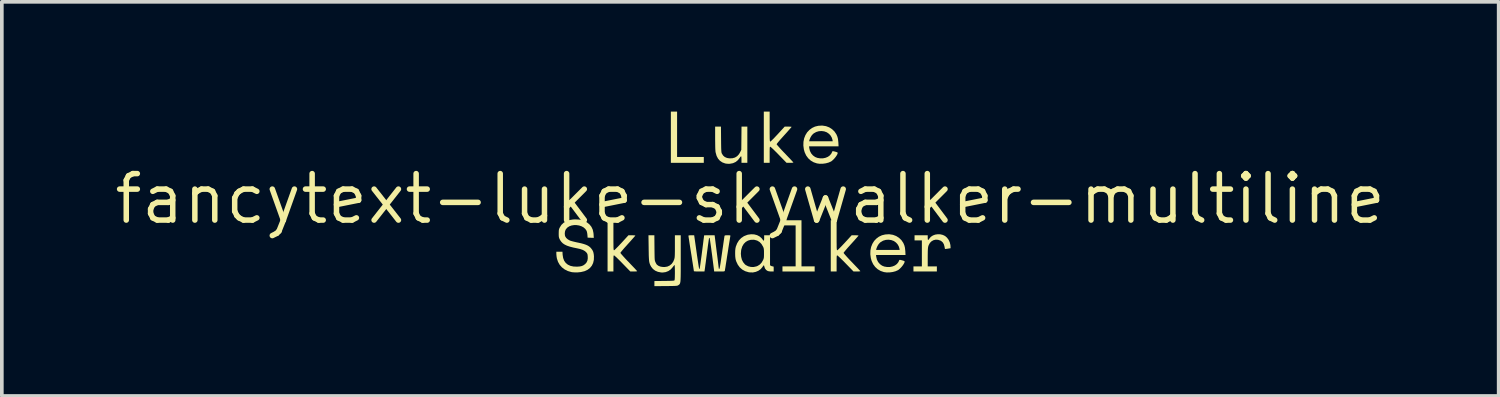
<source format=kicad_pcb>
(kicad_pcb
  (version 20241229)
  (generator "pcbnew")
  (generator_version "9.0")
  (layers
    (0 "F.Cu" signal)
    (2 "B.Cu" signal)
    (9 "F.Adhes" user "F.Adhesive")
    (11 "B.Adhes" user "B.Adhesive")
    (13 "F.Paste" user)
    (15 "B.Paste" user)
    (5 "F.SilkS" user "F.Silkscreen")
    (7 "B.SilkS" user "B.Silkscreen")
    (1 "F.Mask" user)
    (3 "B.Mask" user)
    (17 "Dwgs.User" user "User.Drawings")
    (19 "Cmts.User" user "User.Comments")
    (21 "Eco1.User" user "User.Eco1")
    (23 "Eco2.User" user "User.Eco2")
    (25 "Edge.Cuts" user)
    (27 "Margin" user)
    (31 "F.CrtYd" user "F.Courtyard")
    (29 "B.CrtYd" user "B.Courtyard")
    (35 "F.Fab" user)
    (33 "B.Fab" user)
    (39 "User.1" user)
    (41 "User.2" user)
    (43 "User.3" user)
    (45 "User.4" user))
  (footprint "fancytext-luke-skywalker-multiline"
    (layer "F.Cu")
    (at 17.455 2.385)
    (property "Reference" "fancytext-luke-skywalker-multiline" (at 0 0 0) (layer "F.SilkS") (effects (font (size 1.27 1.27) (thickness 0.15))))
    (attr board_only exclude_from_pos_files exclude_from_bom)
    (fp_poly (pts (xy -2.17 -1.685) (xy -2.17 -2.385) (xy -2.085 -2.385) (xy -2 -2.385) (xy -2 -1.765) (xy -2 -1.145) (xy -1.635 -1.145) (xy -1.27 -1.145) (xy -1.27 -1.065) (xy -1.27 -0.985) (xy -1.72 -0.985) (xy -2.17 -0.985) (xy -2.17 -1.685)) (stroke (width 0) (type solid)) (fill yes) (layer "F.SilkS"))
    (fp_poly (pts (xy 0.88 1.915) (xy 0.88 1.845) (xy 1.06 1.845) (xy 1.24 1.845) (xy 1.24 1.285) (xy 1.24 0.725) (xy 1.07 0.725) (xy 0.9 0.725) (xy 0.9 0.655) (xy 0.9 0.585) (xy 1.15 0.585) (xy 1.4 0.585) (xy 1.4 1.215) (xy 1.4 1.845) (xy 1.58 1.845) (xy 1.76 1.845) (xy 1.76 1.915) (xy 1.76 1.985) (xy 1.32 1.985) (xy 0.88 1.985) (xy 0.88 1.915)) (stroke (width 0) (type solid)) (fill yes) (layer "F.SilkS"))
    (fp_poly (pts (xy -0.686 -0.968) (xy -0.764 -0.997) (xy -0.829 -1.041) (xy -0.881 -1.1) (xy -0.92 -1.174) (xy -0.945 -1.263) (xy -0.95 -1.287) (xy -0.952 -1.313) (xy -0.955 -1.356) (xy -0.957 -1.412) (xy -0.958 -1.48) (xy -0.959 -1.555) (xy -0.96 -1.634) (xy -0.96 -1.663) (xy -0.96 -1.975) (xy -0.881 -1.975) (xy -0.801 -1.975) (xy -0.798 -1.627) (xy -0.797 -1.533) (xy -0.796 -1.457) (xy -0.795 -1.396) (xy -0.793 -1.349) (xy -0.791 -1.313) (xy -0.789 -1.287) (xy -0.786 -1.267) (xy -0.782 -1.252) (xy -0.777 -1.24) (xy -0.743 -1.185) (xy -0.696 -1.144) (xy -0.636 -1.118) (xy -0.569 -1.107) (xy -0.489 -1.11) (xy -0.419 -1.129) (xy -0.359 -1.166) (xy -0.309 -1.22) (xy -0.278 -1.273) (xy -0.245 -1.34) (xy -0.242 -1.657) (xy -0.239 -1.975) (xy -0.159 -1.975) (xy -0.08 -1.975) (xy -0.08 -1.48) (xy -0.08 -0.985) (xy -0.16 -0.985) (xy -0.24 -0.985) (xy -0.24 -1.075) (xy -0.241 -1.117) (xy -0.244 -1.148) (xy -0.248 -1.164) (xy -0.25 -1.165) (xy -0.261 -1.157) (xy -0.277 -1.138) (xy -0.285 -1.126) (xy -0.338 -1.058) (xy -0.4 -1.008) (xy -0.472 -0.975) (xy -0.554 -0.96) (xy -0.563 -0.959) (xy -0.611 -0.959) (xy -0.658 -0.963) (xy -0.686 -0.968)) (stroke (width 0) (type solid)) (fill yes) (layer "F.SilkS"))
    (fp_poly (pts (xy 4.46 1.915) (xy 4.46 1.845) (xy 4.575 1.845) (xy 4.69 1.845) (xy 4.69 1.49) (xy 4.69 1.135) (xy 4.59 1.135) (xy 4.49 1.135) (xy 4.49 1.065) (xy 4.49 0.995) (xy 4.67 0.995) (xy 4.85 0.995) (xy 4.85 1.06) (xy 4.851 1.093) (xy 4.855 1.117) (xy 4.86 1.125) (xy 4.871 1.117) (xy 4.887 1.098) (xy 4.895 1.085) (xy 4.936 1.037) (xy 4.991 1.001) (xy 5.054 0.977) (xy 5.124 0.967) (xy 5.195 0.969) (xy 5.264 0.986) (xy 5.324 1.015) (xy 5.376 1.06) (xy 5.42 1.118) (xy 5.452 1.187) (xy 5.47 1.262) (xy 5.472 1.292) (xy 5.475 1.349) (xy 5.4 1.361) (xy 5.364 1.366) (xy 5.336 1.369) (xy 5.323 1.37) (xy 5.322 1.37) (xy 5.319 1.36) (xy 5.314 1.335) (xy 5.31 1.31) (xy 5.292 1.243) (xy 5.262 1.191) (xy 5.218 1.152) (xy 5.198 1.141) (xy 5.134 1.119) (xy 5.07 1.115) (xy 5.009 1.129) (xy 4.955 1.159) (xy 4.91 1.204) (xy 4.877 1.263) (xy 4.866 1.294) (xy 4.861 1.317) (xy 4.857 1.345) (xy 4.854 1.381) (xy 4.852 1.428) (xy 4.851 1.488) (xy 4.85 1.564) (xy 4.85 1.598) (xy 4.85 1.845) (xy 4.975 1.845) (xy 5.1 1.845) (xy 5.1 1.915) (xy 5.1 1.985) (xy 4.78 1.985) (xy 4.46 1.985) (xy 4.46 1.915)) (stroke (width 0) (type solid)) (fill yes) (layer "F.SilkS"))
    (fp_poly (pts (xy -3.9 1.285) (xy -3.9 0.585) (xy -3.82 0.585) (xy -3.74 0.585) (xy -3.74 0.995) (xy -3.74 1.096) (xy -3.74 1.18) (xy -3.739 1.247) (xy -3.739 1.299) (xy -3.738 1.338) (xy -3.736 1.366) (xy -3.734 1.385) (xy -3.731 1.397) (xy -3.728 1.403) (xy -3.724 1.405) (xy -3.723 1.405) (xy -3.711 1.398) (xy -3.688 1.377) (xy -3.656 1.345) (xy -3.615 1.304) (xy -3.568 1.254) (xy -3.517 1.2) (xy -3.329 0.995) (xy -3.235 0.995) (xy -3.194 0.996) (xy -3.162 0.998) (xy -3.143 1.001) (xy -3.14 1.002) (xy -3.147 1.012) (xy -3.165 1.033) (xy -3.194 1.066) (xy -3.231 1.108) (xy -3.275 1.158) (xy -3.324 1.212) (xy -3.345 1.235) (xy -3.396 1.292) (xy -3.443 1.344) (xy -3.483 1.391) (xy -3.515 1.429) (xy -3.537 1.457) (xy -3.549 1.474) (xy -3.55 1.476) (xy -3.543 1.487) (xy -3.524 1.511) (xy -3.494 1.545) (xy -3.456 1.588) (xy -3.41 1.638) (xy -3.358 1.693) (xy -3.322 1.729) (xy -3.268 1.787) (xy -3.217 1.84) (xy -3.173 1.886) (xy -3.137 1.925) (xy -3.11 1.954) (xy -3.095 1.971) (xy -3.092 1.976) (xy -3.099 1.98) (xy -3.124 1.983) (xy -3.161 1.985) (xy -3.183 1.985) (xy -3.278 1.985) (xy -3.492 1.765) (xy -3.545 1.71) (xy -3.595 1.661) (xy -3.639 1.617) (xy -3.676 1.583) (xy -3.703 1.559) (xy -3.72 1.546) (xy -3.723 1.545) (xy -3.728 1.546) (xy -3.733 1.552) (xy -3.736 1.564) (xy -3.738 1.586) (xy -3.739 1.619) (xy -3.74 1.666) (xy -3.74 1.729) (xy -3.74 1.765) (xy -3.74 1.985) (xy -3.82 1.985) (xy -3.9 1.985) (xy -3.9 1.285)) (stroke (width 0) (type solid)) (fill yes) (layer "F.SilkS"))
    (fp_poly (pts (xy 0.37 -1.685) (xy 0.37 -2.385) (xy 0.45 -2.385) (xy 0.53 -2.385) (xy 0.53 -1.975) (xy 0.53 -1.874) (xy 0.53 -1.79) (xy 0.531 -1.723) (xy 0.531 -1.671) (xy 0.532 -1.632) (xy 0.534 -1.604) (xy 0.536 -1.585) (xy 0.539 -1.573) (xy 0.542 -1.567) (xy 0.546 -1.565) (xy 0.547 -1.565) (xy 0.559 -1.572) (xy 0.582 -1.593) (xy 0.614 -1.625) (xy 0.655 -1.666) (xy 0.702 -1.716) (xy 0.753 -1.77) (xy 0.941 -1.975) (xy 1.035 -1.975) (xy 1.076 -1.974) (xy 1.108 -1.972) (xy 1.127 -1.969) (xy 1.13 -1.968) (xy 1.123 -1.958) (xy 1.105 -1.937) (xy 1.076 -1.904) (xy 1.039 -1.862) (xy 0.995 -1.812) (xy 0.946 -1.758) (xy 0.925 -1.735) (xy 0.874 -1.678) (xy 0.827 -1.626) (xy 0.787 -1.579) (xy 0.755 -1.541) (xy 0.733 -1.513) (xy 0.721 -1.496) (xy 0.72 -1.494) (xy 0.727 -1.483) (xy 0.746 -1.459) (xy 0.776 -1.425) (xy 0.814 -1.382) (xy 0.86 -1.332) (xy 0.912 -1.277) (xy 0.948 -1.241) (xy 1.002 -1.183) (xy 1.053 -1.13) (xy 1.097 -1.084) (xy 1.133 -1.045) (xy 1.16 -1.016) (xy 1.175 -0.999) (xy 1.178 -0.994) (xy 1.171 -0.99) (xy 1.146 -0.987) (xy 1.109 -0.985) (xy 1.087 -0.985) (xy 0.992 -0.985) (xy 0.778 -1.205) (xy 0.725 -1.26) (xy 0.675 -1.309) (xy 0.631 -1.353) (xy 0.594 -1.387) (xy 0.567 -1.411) (xy 0.55 -1.424) (xy 0.547 -1.425) (xy 0.542 -1.424) (xy 0.537 -1.418) (xy 0.534 -1.406) (xy 0.532 -1.384) (xy 0.531 -1.351) (xy 0.53 -1.304) (xy 0.53 -1.241) (xy 0.53 -1.205) (xy 0.53 -0.985) (xy 0.45 -0.985) (xy 0.37 -0.985) (xy 0.37 -1.685)) (stroke (width 0) (type solid)) (fill yes) (layer "F.SilkS"))
    (fp_poly (pts (xy 2.2 1.285) (xy 2.2 0.585) (xy 2.28 0.585) (xy 2.36 0.585) (xy 2.36 0.995) (xy 2.36 1.096) (xy 2.36 1.18) (xy 2.361 1.247) (xy 2.361 1.299) (xy 2.362 1.338) (xy 2.364 1.366) (xy 2.366 1.385) (xy 2.369 1.397) (xy 2.372 1.403) (xy 2.376 1.405) (xy 2.377 1.405) (xy 2.389 1.398) (xy 2.412 1.377) (xy 2.444 1.345) (xy 2.485 1.304) (xy 2.532 1.254) (xy 2.583 1.2) (xy 2.771 0.995) (xy 2.865 0.995) (xy 2.906 0.996) (xy 2.938 0.998) (xy 2.957 1.001) (xy 2.96 1.002) (xy 2.953 1.012) (xy 2.935 1.033) (xy 2.906 1.066) (xy 2.869 1.108) (xy 2.825 1.158) (xy 2.776 1.212) (xy 2.755 1.235) (xy 2.704 1.292) (xy 2.657 1.344) (xy 2.617 1.391) (xy 2.585 1.429) (xy 2.563 1.457) (xy 2.551 1.474) (xy 2.55 1.476) (xy 2.557 1.487) (xy 2.576 1.511) (xy 2.606 1.545) (xy 2.644 1.588) (xy 2.69 1.638) (xy 2.742 1.693) (xy 2.777 1.729) (xy 2.832 1.787) (xy 2.883 1.84) (xy 2.927 1.886) (xy 2.963 1.925) (xy 2.99 1.954) (xy 3.005 1.971) (xy 3.008 1.976) (xy 3.001 1.98) (xy 2.976 1.983) (xy 2.939 1.985) (xy 2.917 1.985) (xy 2.822 1.985) (xy 2.608 1.765) (xy 2.555 1.71) (xy 2.505 1.661) (xy 2.461 1.617) (xy 2.424 1.583) (xy 2.397 1.559) (xy 2.38 1.546) (xy 2.377 1.545) (xy 2.372 1.546) (xy 2.367 1.552) (xy 2.364 1.564) (xy 2.362 1.586) (xy 2.361 1.619) (xy 2.36 1.666) (xy 2.36 1.729) (xy 2.36 1.765) (xy 2.36 1.985) (xy 2.28 1.985) (xy 2.2 1.985) (xy 2.2 1.285)) (stroke (width 0) (type solid)) (fill yes) (layer "F.SilkS"))
    (fp_poly (pts (xy 1.975 -2.002) (xy 2.071 -1.987) (xy 2.158 -1.954) (xy 2.235 -1.905) (xy 2.301 -1.842) (xy 2.353 -1.765) (xy 2.381 -1.7) (xy 2.397 -1.638) (xy 2.406 -1.558) (xy 2.408 -1.538) (xy 2.413 -1.435) (xy 1.607 -1.435) (xy 1.613 -1.386) (xy 1.631 -1.31) (xy 1.665 -1.243) (xy 1.713 -1.187) (xy 1.773 -1.144) (xy 1.834 -1.12) (xy 1.912 -1.107) (xy 1.988 -1.108) (xy 2.059 -1.123) (xy 2.123 -1.15) (xy 2.176 -1.189) (xy 2.216 -1.238) (xy 2.232 -1.272) (xy 2.239 -1.29) (xy 2.246 -1.3) (xy 2.259 -1.303) (xy 2.281 -1.3) (xy 2.317 -1.291) (xy 2.325 -1.289) (xy 2.364 -1.277) (xy 2.386 -1.265) (xy 2.39 -1.258) (xy 2.383 -1.228) (xy 2.363 -1.189) (xy 2.334 -1.146) (xy 2.298 -1.102) (xy 2.26 -1.063) (xy 2.222 -1.031) (xy 2.206 -1.021) (xy 2.141 -0.992) (xy 2.063 -0.971) (xy 1.98 -0.96) (xy 1.897 -0.959) (xy 1.823 -0.969) (xy 1.732 -1) (xy 1.652 -1.047) (xy 1.584 -1.109) (xy 1.528 -1.185) (xy 1.487 -1.273) (xy 1.465 -1.351) (xy 1.451 -1.458) (xy 1.454 -1.56) (xy 1.457 -1.575) (xy 1.61 -1.575) (xy 2.253 -1.575) (xy 2.246 -1.617) (xy 2.227 -1.676) (xy 2.193 -1.733) (xy 2.152 -1.777) (xy 2.092 -1.819) (xy 2.023 -1.844) (xy 1.95 -1.854) (xy 1.875 -1.849) (xy 1.803 -1.828) (xy 1.737 -1.791) (xy 1.712 -1.77) (xy 1.677 -1.731) (xy 1.646 -1.68) (xy 1.623 -1.626) (xy 1.616 -1.603) (xy 1.61 -1.575) (xy 1.457 -1.575) (xy 1.473 -1.655) (xy 1.507 -1.741) (xy 1.554 -1.818) (xy 1.615 -1.883) (xy 1.686 -1.936) (xy 1.768 -1.975) (xy 1.859 -1.997) (xy 1.958 -2.003)) (stroke (width 0) (type solid)) (fill yes) (layer "F.SilkS"))
    (fp_poly (pts (xy 3.805 0.968) (xy 3.901 0.983) (xy 3.988 1.016) (xy 4.065 1.065) (xy 4.131 1.128) (xy 4.183 1.205) (xy 4.211 1.27) (xy 4.227 1.332) (xy 4.236 1.412) (xy 4.238 1.433) (xy 4.243 1.535) (xy 3.437 1.535) (xy 3.443 1.584) (xy 3.461 1.66) (xy 3.495 1.727) (xy 3.543 1.783) (xy 3.603 1.826) (xy 3.664 1.85) (xy 3.742 1.863) (xy 3.818 1.862) (xy 3.889 1.847) (xy 3.953 1.82) (xy 4.006 1.781) (xy 4.046 1.732) (xy 4.062 1.698) (xy 4.069 1.68) (xy 4.076 1.67) (xy 4.089 1.667) (xy 4.111 1.67) (xy 4.147 1.679) (xy 4.155 1.681) (xy 4.194 1.693) (xy 4.216 1.705) (xy 4.22 1.712) (xy 4.213 1.742) (xy 4.193 1.781) (xy 4.164 1.824) (xy 4.128 1.868) (xy 4.09 1.907) (xy 4.052 1.939) (xy 4.036 1.949) (xy 3.971 1.978) (xy 3.893 1.999) (xy 3.81 2.01) (xy 3.727 2.011) (xy 3.653 2.001) (xy 3.562 1.97) (xy 3.482 1.923) (xy 3.414 1.861) (xy 3.358 1.785) (xy 3.317 1.697) (xy 3.295 1.619) (xy 3.281 1.512) (xy 3.284 1.41) (xy 3.287 1.395) (xy 3.44 1.395) (xy 4.083 1.395) (xy 4.076 1.353) (xy 4.057 1.294) (xy 4.023 1.237) (xy 3.982 1.193) (xy 3.922 1.151) (xy 3.853 1.126) (xy 3.78 1.116) (xy 3.705 1.121) (xy 3.633 1.142) (xy 3.567 1.179) (xy 3.542 1.2) (xy 3.507 1.239) (xy 3.476 1.29) (xy 3.453 1.344) (xy 3.446 1.367) (xy 3.44 1.395) (xy 3.287 1.395) (xy 3.303 1.315) (xy 3.337 1.229) (xy 3.384 1.152) (xy 3.445 1.087) (xy 3.516 1.034) (xy 3.598 0.995) (xy 3.689 0.973) (xy 3.788 0.967)) (stroke (width 0) (type solid)) (fill yes) (layer "F.SilkS"))
    (fp_poly (pts (xy 0.108 0.971) (xy 0.185 0.991) (xy 0.254 1.027) (xy 0.311 1.077) (xy 0.329 1.1) (xy 0.348 1.125) (xy 0.364 1.141) (xy 0.371 1.145) (xy 0.375 1.136) (xy 0.378 1.112) (xy 0.38 1.077) (xy 0.38 1.07) (xy 0.38 0.995) (xy 0.54 0.995) (xy 0.54 1.814) (xy 0.562 1.829) (xy 0.59 1.841) (xy 0.612 1.845) (xy 0.627 1.846) (xy 0.635 1.851) (xy 0.639 1.865) (xy 0.64 1.892) (xy 0.64 1.915) (xy 0.64 1.985) (xy 0.575 1.985) (xy 0.535 1.983) (xy 0.498 1.977) (xy 0.477 1.971) (xy 0.435 1.944) (xy 0.403 1.903) (xy 0.386 1.856) (xy 0.386 1.856) (xy 0.38 1.831) (xy 0.374 1.816) (xy 0.372 1.815) (xy 0.362 1.823) (xy 0.346 1.843) (xy 0.331 1.866) (xy 0.283 1.921) (xy 0.222 1.965) (xy 0.151 1.995) (xy 0.073 2.011) (xy -0.008 2.01) (xy -0.045 2.005) (xy -0.138 1.977) (xy -0.218 1.933) (xy -0.286 1.874) (xy -0.341 1.799) (xy -0.383 1.71) (xy -0.396 1.67) (xy -0.405 1.625) (xy -0.411 1.571) (xy -0.413 1.501) (xy -0.413 1.499) (xy -0.257 1.499) (xy -0.249 1.585) (xy -0.229 1.663) (xy -0.195 1.73) (xy -0.15 1.786) (xy -0.122 1.809) (xy -0.056 1.843) (xy 0.018 1.861) (xy 0.094 1.862) (xy 0.168 1.846) (xy 0.204 1.831) (xy 0.263 1.793) (xy 0.31 1.742) (xy 0.349 1.675) (xy 0.36 1.651) (xy 0.367 1.628) (xy 0.372 1.602) (xy 0.374 1.569) (xy 0.375 1.524) (xy 0.375 1.49) (xy 0.375 1.435) (xy 0.373 1.395) (xy 0.37 1.366) (xy 0.364 1.342) (xy 0.356 1.319) (xy 0.349 1.305) (xy 0.306 1.233) (xy 0.253 1.178) (xy 0.189 1.14) (xy 0.116 1.12) (xy 0.09 1.117) (xy 0.009 1.12) (xy -0.063 1.141) (xy -0.126 1.178) (xy -0.178 1.231) (xy -0.218 1.298) (xy -0.244 1.379) (xy -0.25 1.41) (xy -0.257 1.499) (xy -0.413 1.499) (xy -0.413 1.49) (xy -0.412 1.418) (xy -0.406 1.361) (xy -0.397 1.316) (xy -0.396 1.31) (xy -0.359 1.215) (xy -0.309 1.134) (xy -0.246 1.069) (xy -0.172 1.019) (xy -0.085 0.985) (xy -0.064 0.979) (xy 0.024 0.967)) (stroke (width 0) (type solid)) (fill yes) (layer "F.SilkS"))
    (fp_poly (pts (xy -2.62 2.316) (xy -2.62 2.246) (xy -2.35 2.243) (xy -2.267 2.242) (xy -2.203 2.241) (xy -2.154 2.239) (xy -2.118 2.237) (xy -2.094 2.235) (xy -2.079 2.231) (xy -2.071 2.227) (xy -2.07 2.225) (xy -2.067 2.211) (xy -2.064 2.181) (xy -2.062 2.14) (xy -2.061 2.09) (xy -2.06 2.036) (xy -2.06 1.98) (xy -2.061 1.927) (xy -2.062 1.88) (xy -2.064 1.841) (xy -2.066 1.816) (xy -2.069 1.807) (xy -2.07 1.807) (xy -2.08 1.816) (xy -2.097 1.837) (xy -2.117 1.864) (xy -2.172 1.927) (xy -2.238 1.973) (xy -2.313 2.002) (xy -2.394 2.013) (xy -2.438 2.011) (xy -2.525 1.994) (xy -2.599 1.962) (xy -2.66 1.916) (xy -2.707 1.857) (xy -2.714 1.845) (xy -2.729 1.817) (xy -2.741 1.791) (xy -2.75 1.765) (xy -2.758 1.736) (xy -2.764 1.702) (xy -2.768 1.66) (xy -2.771 1.608) (xy -2.774 1.544) (xy -2.775 1.466) (xy -2.777 1.37) (xy -2.777 1.343) (xy -2.782 0.995) (xy -2.702 0.995) (xy -2.621 0.995) (xy -2.618 1.337) (xy -2.617 1.43) (xy -2.616 1.504) (xy -2.615 1.563) (xy -2.614 1.608) (xy -2.612 1.643) (xy -2.61 1.669) (xy -2.606 1.689) (xy -2.602 1.704) (xy -2.597 1.718) (xy -2.592 1.73) (xy -2.576 1.762) (xy -2.56 1.788) (xy -2.552 1.798) (xy -2.513 1.828) (xy -2.46 1.85) (xy -2.399 1.861) (xy -2.335 1.862) (xy -2.272 1.852) (xy -2.266 1.851) (xy -2.203 1.822) (xy -2.149 1.778) (xy -2.107 1.72) (xy -2.081 1.66) (xy -2.075 1.64) (xy -2.07 1.619) (xy -2.066 1.595) (xy -2.064 1.567) (xy -2.062 1.53) (xy -2.061 1.483) (xy -2.06 1.423) (xy -2.06 1.346) (xy -2.06 1.294) (xy -2.06 0.995) (xy -1.98 0.995) (xy -1.9 0.995) (xy -1.9 1.631) (xy -1.9 1.764) (xy -1.9 1.879) (xy -1.9 1.976) (xy -1.901 2.058) (xy -1.902 2.126) (xy -1.904 2.182) (xy -1.906 2.226) (xy -1.909 2.261) (xy -1.914 2.287) (xy -1.919 2.307) (xy -1.926 2.322) (xy -1.934 2.334) (xy -1.943 2.343) (xy -1.954 2.351) (xy -1.964 2.358) (xy -1.973 2.364) (xy -1.983 2.369) (xy -1.996 2.373) (xy -2.015 2.376) (xy -2.041 2.378) (xy -2.077 2.38) (xy -2.125 2.381) (xy -2.188 2.382) (xy -2.267 2.383) (xy -2.308 2.383) (xy -2.62 2.386) (xy -2.62 2.316)) (stroke (width 0) (type solid)) (fill yes) (layer "F.SilkS"))
    (fp_poly (pts (xy -4.887 2.001) (xy -4.984 1.973) (xy -5.071 1.93) (xy -5.146 1.873) (xy -5.208 1.803) (xy -5.254 1.722) (xy -5.284 1.632) (xy -5.285 1.628) (xy -5.293 1.582) (xy -5.298 1.534) (xy -5.3 1.502) (xy -5.3 1.445) (xy -5.216 1.445) (xy -5.133 1.445) (xy -5.128 1.529) (xy -5.114 1.616) (xy -5.086 1.691) (xy -5.043 1.751) (xy -4.986 1.798) (xy -4.915 1.831) (xy -4.831 1.849) (xy -4.734 1.853) (xy -4.72 1.852) (xy -4.655 1.847) (xy -4.605 1.836) (xy -4.563 1.818) (xy -4.525 1.791) (xy -4.51 1.779) (xy -4.474 1.737) (xy -4.451 1.688) (xy -4.441 1.629) (xy -4.442 1.581) (xy -4.445 1.54) (xy -4.45 1.512) (xy -4.461 1.489) (xy -4.476 1.468) (xy -4.517 1.429) (xy -4.575 1.396) (xy -4.651 1.37) (xy -4.727 1.353) (xy -4.838 1.33) (xy -4.931 1.306) (xy -5.008 1.28) (xy -5.071 1.25) (xy -5.122 1.216) (xy -5.162 1.176) (xy -5.194 1.131) (xy -5.207 1.107) (xy -5.22 1.079) (xy -5.228 1.054) (xy -5.233 1.026) (xy -5.235 0.989) (xy -5.235 0.945) (xy -5.234 0.895) (xy -5.232 0.86) (xy -5.227 0.832) (xy -5.218 0.807) (xy -5.207 0.784) (xy -5.162 0.712) (xy -5.102 0.654) (xy -5.027 0.61) (xy -4.94 0.579) (xy -4.84 0.563) (xy -4.775 0.561) (xy -4.678 0.566) (xy -4.593 0.583) (xy -4.515 0.614) (xy -4.461 0.645) (xy -4.393 0.7) (xy -4.341 0.765) (xy -4.305 0.842) (xy -4.286 0.931) (xy -4.282 0.972) (xy -4.277 1.066) (xy -4.361 1.063) (xy -4.445 1.06) (xy -4.451 0.985) (xy -4.456 0.942) (xy -4.464 0.902) (xy -4.474 0.872) (xy -4.509 0.821) (xy -4.557 0.779) (xy -4.615 0.748) (xy -4.68 0.727) (xy -4.749 0.717) (xy -4.818 0.717) (xy -4.885 0.728) (xy -4.946 0.75) (xy -4.997 0.783) (xy -5.037 0.828) (xy -5.049 0.849) (xy -5.065 0.898) (xy -5.07 0.953) (xy -5.064 1.006) (xy -5.056 1.028) (xy -5.03 1.068) (xy -4.989 1.105) (xy -4.936 1.136) (xy -4.916 1.144) (xy -4.886 1.153) (xy -4.842 1.165) (xy -4.788 1.178) (xy -4.731 1.191) (xy -4.71 1.195) (xy -4.619 1.215) (xy -4.546 1.235) (xy -4.486 1.256) (xy -4.437 1.279) (xy -4.397 1.306) (xy -4.362 1.338) (xy -4.351 1.351) (xy -4.315 1.399) (xy -4.291 1.45) (xy -4.278 1.51) (xy -4.272 1.571) (xy -4.275 1.668) (xy -4.295 1.754) (xy -4.331 1.828) (xy -4.382 1.89) (xy -4.449 1.94) (xy -4.53 1.977) (xy -4.627 2) (xy -4.72 2.01) (xy -4.793 2.01) (xy -4.862 2.005) (xy -4.887 2.001)) (stroke (width 0) (type solid)) (fill yes) (layer "F.SilkS"))
    (fp_poly (pts (xy -1.54 1.978) (xy -1.542 1.966) (xy -1.546 1.938) (xy -1.553 1.893) (xy -1.562 1.834) (xy -1.573 1.763) (xy -1.586 1.683) (xy -1.599 1.594) (xy -1.614 1.499) (xy -1.615 1.495) (xy -1.63 1.4) (xy -1.644 1.311) (xy -1.657 1.229) (xy -1.668 1.157) (xy -1.677 1.097) (xy -1.684 1.051) (xy -1.688 1.021) (xy -1.69 1.008) (xy -1.69 1.008) (xy -1.684 1.001) (xy -1.663 0.997) (xy -1.625 0.995) (xy -1.612 0.995) (xy -1.533 0.995) (xy -1.469 1.446) (xy -1.456 1.539) (xy -1.443 1.626) (xy -1.431 1.705) (xy -1.421 1.773) (xy -1.412 1.83) (xy -1.405 1.873) (xy -1.4 1.9) (xy -1.398 1.908) (xy -1.388 1.914) (xy -1.384 1.912) (xy -1.381 1.901) (xy -1.377 1.872) (xy -1.37 1.828) (xy -1.361 1.769) (xy -1.352 1.699) (xy -1.341 1.619) (xy -1.329 1.531) (xy -1.319 1.453) (xy -1.307 1.36) (xy -1.296 1.274) (xy -1.286 1.195) (xy -1.278 1.127) (xy -1.27 1.072) (xy -1.265 1.03) (xy -1.262 1.005) (xy -1.261 0.998) (xy -1.251 0.997) (xy -1.225 0.996) (xy -1.186 0.995) (xy -1.138 0.995) (xy -1.117 0.995) (xy -0.974 0.995) (xy -0.917 1.448) (xy -0.905 1.54) (xy -0.894 1.627) (xy -0.884 1.706) (xy -0.876 1.775) (xy -0.869 1.831) (xy -0.864 1.873) (xy -0.861 1.899) (xy -0.86 1.907) (xy -0.852 1.914) (xy -0.847 1.915) (xy -0.843 1.91) (xy -0.837 1.893) (xy -0.831 1.863) (xy -0.823 1.82) (xy -0.813 1.762) (xy -0.802 1.687) (xy -0.789 1.596) (xy -0.773 1.485) (xy -0.771 1.472) (xy -0.758 1.38) (xy -0.745 1.294) (xy -0.734 1.215) (xy -0.724 1.146) (xy -0.716 1.09) (xy -0.709 1.047) (xy -0.705 1.02) (xy -0.704 1.012) (xy -0.698 1.004) (xy -0.685 0.998) (xy -0.661 0.996) (xy -0.621 0.995) (xy -0.619 0.995) (xy -0.58 0.995) (xy -0.556 0.997) (xy -0.546 1.001) (xy -0.543 1.009) (xy -0.545 1.018) (xy -0.547 1.032) (xy -0.553 1.064) (xy -0.56 1.111) (xy -0.57 1.172) (xy -0.582 1.245) (xy -0.595 1.326) (xy -0.608 1.415) (xy -0.62 1.49) (xy -0.635 1.583) (xy -0.648 1.671) (xy -0.661 1.751) (xy -0.672 1.821) (xy -0.681 1.88) (xy -0.689 1.924) (xy -0.693 1.953) (xy -0.695 1.962) (xy -0.698 1.971) (xy -0.704 1.977) (xy -0.715 1.981) (xy -0.736 1.984) (xy -0.769 1.985) (xy -0.818 1.985) (xy -0.843 1.985) (xy -0.986 1.985) (xy -1.044 1.532) (xy -1.057 1.439) (xy -1.068 1.352) (xy -1.079 1.274) (xy -1.089 1.205) (xy -1.097 1.148) (xy -1.104 1.105) (xy -1.109 1.079) (xy -1.111 1.071) (xy -1.122 1.065) (xy -1.125 1.067) (xy -1.127 1.078) (xy -1.132 1.106) (xy -1.139 1.15) (xy -1.147 1.208) (xy -1.157 1.277) (xy -1.167 1.356) (xy -1.179 1.442) (xy -1.185 1.491) (xy -1.197 1.582) (xy -1.208 1.668) (xy -1.218 1.746) (xy -1.228 1.815) (xy -1.235 1.872) (xy -1.241 1.915) (xy -1.245 1.941) (xy -1.246 1.948) (xy -1.252 1.985) (xy -1.396 1.985) (xy -1.447 1.985) (xy -1.49 1.983) (xy -1.522 1.981) (xy -1.538 1.979) (xy -1.54 1.978)) (stroke (width 0) (type solid)) (fill yes) (layer "F.SilkS")))
  (gr_rect
    (start -3 -3)
    (end 37.909 7.771)
    (stroke (width 0.1) (type default))
    (fill no)
    (layer "Edge.Cuts")))
</source>
